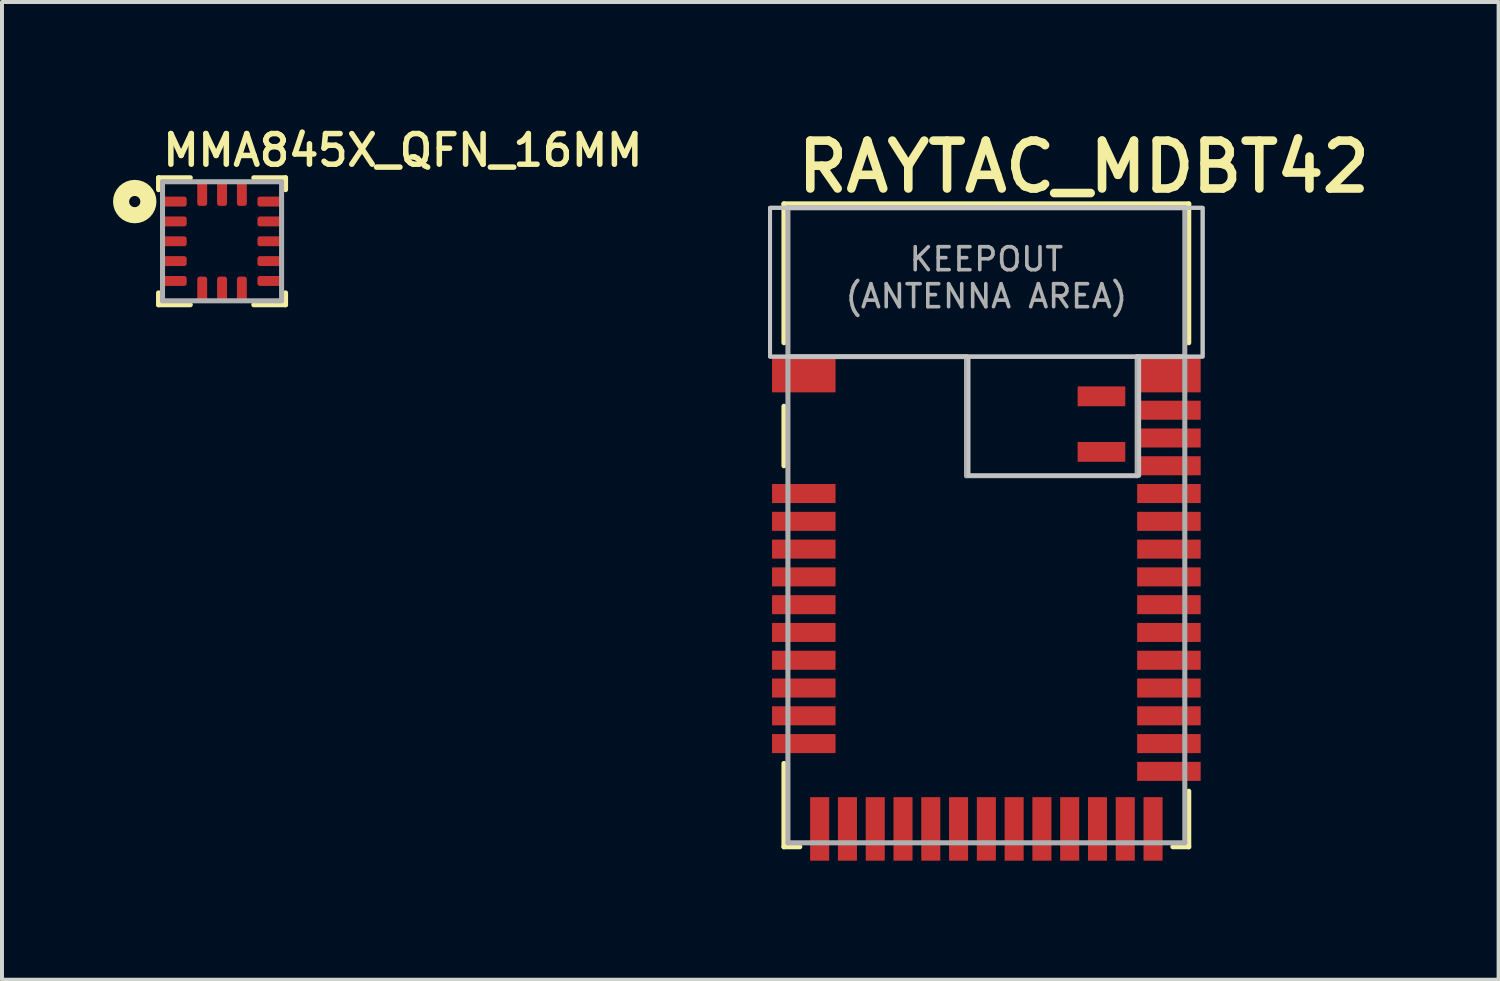
<source format=kicad_pcb>
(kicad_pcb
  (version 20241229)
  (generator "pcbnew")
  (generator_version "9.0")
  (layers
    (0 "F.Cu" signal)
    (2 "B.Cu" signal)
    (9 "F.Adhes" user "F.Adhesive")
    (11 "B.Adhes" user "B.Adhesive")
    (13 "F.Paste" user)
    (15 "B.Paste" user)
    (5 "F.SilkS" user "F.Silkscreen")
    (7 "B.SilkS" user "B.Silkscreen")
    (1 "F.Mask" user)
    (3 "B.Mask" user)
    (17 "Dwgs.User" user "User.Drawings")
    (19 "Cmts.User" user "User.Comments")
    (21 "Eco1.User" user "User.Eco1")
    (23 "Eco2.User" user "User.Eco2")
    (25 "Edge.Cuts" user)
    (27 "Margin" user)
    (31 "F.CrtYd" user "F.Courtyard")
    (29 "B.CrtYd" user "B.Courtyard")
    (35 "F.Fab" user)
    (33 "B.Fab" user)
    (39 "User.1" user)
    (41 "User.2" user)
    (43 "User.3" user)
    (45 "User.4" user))
  (footprint "MMA845X_QFN_16MM"
    (layer "F.Cu")
    (at 2.545 3.029)
    (property "Reference" "MMA845X_QFN_16MM" (at -1.565 -1.84 0) (layer "F.SilkS") (effects (font (size 0.772 0.772) (thickness 0.139)) (justify left bottom)))
    (attr through_hole)
    (fp_line (start -1.6 -1.6) (end -1.6 -1.3) (stroke (width 0.127) (type solid)) (layer "F.SilkS"))
    (fp_line (start -1.6 1.6) (end -1.6 1.3) (stroke (width 0.127) (type solid)) (layer "F.SilkS"))
    (fp_line (start -0.8 -1.6) (end -1.6 -1.6) (stroke (width 0.127) (type solid)) (layer "F.SilkS"))
    (fp_line (start -0.8 1.6) (end -1.6 1.6) (stroke (width 0.127) (type solid)) (layer "F.SilkS"))
    (fp_line (start 0.8 -1.6) (end 1.6 -1.6) (stroke (width 0.127) (type solid)) (layer "F.SilkS"))
    (fp_line (start 0.8 1.6) (end 1.6 1.6) (stroke (width 0.127) (type solid)) (layer "F.SilkS"))
    (fp_line (start 1.6 -1.6) (end 1.6 -1.4) (stroke (width 0.127) (type solid)) (layer "F.SilkS"))
    (fp_line (start 1.6 -1.4) (end 1.6 -1.3) (stroke (width 0.127) (type solid)) (layer "F.SilkS"))
    (fp_line (start 1.6 1.6) (end 1.6 1.3) (stroke (width 0.127) (type solid)) (layer "F.SilkS"))
    (fp_circle (center -2.2 -1) (end -2.059 -1) (stroke (width 0.406) (type solid)) (fill no) (layer "F.SilkS"))
    (fp_line (start -1.5 -1.5) (end 1.5 -1.5) (stroke (width 0.127) (type solid)) (layer "F.Fab"))
    (fp_line (start -1.5 1.5) (end -1.5 -1.5) (stroke (width 0.127) (type solid)) (layer "F.Fab"))
    (fp_line (start 1.5 -1.5) (end 1.5 1.5) (stroke (width 0.127) (type solid)) (layer "F.Fab"))
    (fp_line (start 1.5 1.5) (end -1.5 1.5) (stroke (width 0.127) (type solid)) (layer "F.Fab"))
    (pad "1" smd roundrect (at -1.216 -1) (size 0.65 0.25) (layers "F.Cu" "F.Mask" "F.Paste") (roundrect_rratio 0.25))
    (pad "2" smd roundrect (at -1.216 -0.5) (size 0.65 0.25) (layers "F.Cu" "F.Mask" "F.Paste") (roundrect_rratio 0.25))
    (pad "3" smd roundrect (at -1.216 0) (size 0.65 0.25) (layers "F.Cu" "F.Mask" "F.Paste") (roundrect_rratio 0.25))
    (pad "4" smd roundrect (at -1.216 0.5) (size 0.65 0.25) (layers "F.Cu" "F.Mask" "F.Paste") (roundrect_rratio 0.25))
    (pad "5" smd roundrect (at -1.216 1) (size 0.65 0.25) (layers "F.Cu" "F.Mask" "F.Paste") (roundrect_rratio 0.25))
    (pad "6" smd roundrect (at -0.5 1.216 90) (size 0.65 0.25) (layers "F.Cu" "F.Mask" "F.Paste") (roundrect_rratio 0.25))
    (pad "7" smd roundrect (at 0 1.216 90) (size 0.65 0.25) (layers "F.Cu" "F.Mask" "F.Paste") (roundrect_rratio 0.25))
    (pad "8" smd roundrect (at 0.5 1.216 90) (size 0.65 0.25) (layers "F.Cu" "F.Mask" "F.Paste") (roundrect_rratio 0.25))
    (pad "9" smd roundrect (at 1.216 1 180) (size 0.65 0.25) (layers "F.Cu" "F.Mask" "F.Paste") (roundrect_rratio 0.25))
    (pad "10" smd roundrect (at 1.216 0.5 180) (size 0.65 0.25) (layers "F.Cu" "F.Mask" "F.Paste") (roundrect_rratio 0.25))
    (pad "11" smd roundrect (at 1.216 0 180) (size 0.65 0.25) (layers "F.Cu" "F.Mask" "F.Paste") (roundrect_rratio 0.25))
    (pad "12" smd roundrect (at 1.216 -0.5 180) (size 0.65 0.25) (layers "F.Cu" "F.Mask" "F.Paste") (roundrect_rratio 0.25))
    (pad "13" smd roundrect (at 1.216 -1 180) (size 0.65 0.25) (layers "F.Cu" "F.Mask" "F.Paste") (roundrect_rratio 0.25))
    (pad "14" smd roundrect (at 0.5 -1.216 270) (size 0.65 0.25) (layers "F.Cu" "F.Mask" "F.Paste") (roundrect_rratio 0.25))
    (pad "15" smd roundrect (at 0 -1.216 270) (size 0.65 0.25) (layers "F.Cu" "F.Mask" "F.Paste") (roundrect_rratio 0.25))
    (pad "16" smd roundrect (at -0.5 -1.216 270) (size 0.65 0.25) (layers "F.Cu" "F.Mask" "F.Paste") (roundrect_rratio 0.25)))
  (footprint "RAYTAC_MDBT42"
    (layer "F.Cu")
    (at 21.803 10.186)
    (property "Reference" "RAYTAC_MDBT42" (at -4.866 -8.328 180) (layer "F.SilkS") (effects (font (size 1.206 1.206) (thickness 0.217)) (justify left bottom)))
    (attr through_hole)
    (fp_line (start -5.1 -8.1) (end 5.1 -8.1) (stroke (width 0.127) (type solid)) (layer "F.SilkS"))
    (fp_line (start -5.1 -4.6) (end -5.1 -8.1) (stroke (width 0.127) (type solid)) (layer "F.SilkS"))
    (fp_line (start -5.1 -3) (end -5.1 -1.5) (stroke (width 0.127) (type solid)) (layer "F.SilkS"))
    (fp_line (start -5.1 8.1) (end -5.1 6) (stroke (width 0.127) (type solid)) (layer "F.SilkS"))
    (fp_line (start -4.7 8.1) (end -5.1 8.1) (stroke (width 0.127) (type solid)) (layer "F.SilkS"))
    (fp_line (start 4.7 8.1) (end 5.1 8.1) (stroke (width 0.127) (type solid)) (layer "F.SilkS"))
    (fp_line (start 5.1 -8.1) (end 5.1 -4.6) (stroke (width 0.127) (type solid)) (layer "F.SilkS"))
    (fp_line (start 5.1 8.1) (end 5.1 6.7) (stroke (width 0.127) (type solid)) (layer "F.SilkS"))
    (fp_poly (pts (xy -5.45 -4.25) (xy 5.45 -4.25) (xy 5.45 -8) (xy -5.45 -8)) (stroke (width 0.1) (type solid)) (fill no) (layer "Dwgs.User"))
    (fp_poly (pts (xy -0.45 -1.25) (xy 3.85 -1.25) (xy 3.85 -4.25) (xy -0.45 -4.25)) (stroke (width 0.1) (type solid)) (fill no) (layer "Dwgs.User"))
    (fp_poly (pts (xy 5.45 -8) (xy -5.45 -8) (xy -5.45 -4.25) (xy 5.45 -4.25)) (stroke (width 0.1) (type solid)) (fill no) (layer "Dwgs.User"))
    (fp_line (start -5 -8) (end 5 -8) (stroke (width 0.127) (type solid)) (layer "F.Fab"))
    (fp_line (start -5 -4.25) (end -5 -8) (stroke (width 0.127) (type solid)) (layer "F.Fab"))
    (fp_line (start -5 -4.25) (end -0.5 -4.25) (stroke (width 0.127) (type solid)) (layer "F.Fab"))
    (fp_line (start -5 8) (end -5 -4.25) (stroke (width 0.127) (type solid)) (layer "F.Fab"))
    (fp_line (start -0.5 -4.25) (end -0.5 -1.25) (stroke (width 0.127) (type solid)) (layer "F.Fab"))
    (fp_line (start -0.5 -1.25) (end 3.8 -1.25) (stroke (width 0.127) (type solid)) (layer "F.Fab"))
    (fp_line (start 3.8 -4.25) (end 5 -4.25) (stroke (width 0.127) (type solid)) (layer "F.Fab"))
    (fp_line (start 3.8 -1.25) (end 3.8 -4.25) (stroke (width 0.127) (type solid)) (layer "F.Fab"))
    (fp_line (start 5 -8) (end 5 -4.25) (stroke (width 0.127) (type solid)) (layer "F.Fab"))
    (fp_line (start 5 -4.25) (end 5 8) (stroke (width 0.127) (type solid)) (layer "F.Fab"))
    (fp_line (start 5 8) (end -5 8) (stroke (width 0.127) (type solid)) (layer "F.Fab"))
    (fp_text user "KEEPOUT\n(ANTENNA AREA)" (at 0 -6.238 0) (layer "F.Fab") (effects (font (size 0.579 0.579) (thickness 0.091))))
    (pad "1" smd rect (at -4.6 -3.8) (size 1.6 0.9) (layers "F.Cu" "F.Mask" "F.Paste"))
    (pad "2" smd rect (at -4.6 -0.8) (size 1.6 0.48) (layers "F.Cu" "F.Mask" "F.Paste"))
    (pad "3" smd rect (at -4.6 -0.1) (size 1.6 0.48) (layers "F.Cu" "F.Mask" "F.Paste"))
    (pad "4" smd rect (at -4.6 0.6) (size 1.6 0.48) (layers "F.Cu" "F.Mask" "F.Paste"))
    (pad "5" smd rect (at -4.6 1.3) (size 1.6 0.48) (layers "F.Cu" "F.Mask" "F.Paste"))
    (pad "6" smd rect (at -4.6 2) (size 1.6 0.48) (layers "F.Cu" "F.Mask" "F.Paste"))
    (pad "7" smd rect (at -4.6 2.7) (size 1.6 0.48) (layers "F.Cu" "F.Mask" "F.Paste"))
    (pad "8" smd rect (at -4.6 3.4) (size 1.6 0.48) (layers "F.Cu" "F.Mask" "F.Paste"))
    (pad "9" smd rect (at -4.6 4.1) (size 1.6 0.48) (layers "F.Cu" "F.Mask" "F.Paste"))
    (pad "10" smd rect (at -4.6 4.8) (size 1.6 0.48) (layers "F.Cu" "F.Mask" "F.Paste"))
    (pad "11" smd rect (at -4.6 5.5) (size 1.6 0.48) (layers "F.Cu" "F.Mask" "F.Paste"))
    (pad "12" smd rect (at -4.2 7.65 90) (size 1.6 0.48) (layers "F.Cu" "F.Mask" "F.Paste"))
    (pad "13" smd rect (at -3.5 7.65 90) (size 1.6 0.48) (layers "F.Cu" "F.Mask" "F.Paste"))
    (pad "14" smd rect (at -2.8 7.65 90) (size 1.6 0.48) (layers "F.Cu" "F.Mask" "F.Paste"))
    (pad "15" smd rect (at -2.1 7.65 90) (size 1.6 0.48) (layers "F.Cu" "F.Mask" "F.Paste"))
    (pad "16" smd rect (at -1.4 7.65 90) (size 1.6 0.48) (layers "F.Cu" "F.Mask" "F.Paste"))
    (pad "17" smd rect (at -0.7 7.65 90) (size 1.6 0.48) (layers "F.Cu" "F.Mask" "F.Paste"))
    (pad "18" smd rect (at 0 7.65 90) (size 1.6 0.48) (layers "F.Cu" "F.Mask" "F.Paste"))
    (pad "19" smd rect (at 0.7 7.65 90) (size 1.6 0.48) (layers "F.Cu" "F.Mask" "F.Paste"))
    (pad "20" smd rect (at 1.4 7.65 90) (size 1.6 0.48) (layers "F.Cu" "F.Mask" "F.Paste"))
    (pad "21" smd rect (at 2.1 7.65 90) (size 1.6 0.48) (layers "F.Cu" "F.Mask" "F.Paste"))
    (pad "22" smd rect (at 2.8 7.65 90) (size 1.6 0.48) (layers "F.Cu" "F.Mask" "F.Paste"))
    (pad "23" smd rect (at 3.5 7.65 90) (size 1.6 0.48) (layers "F.Cu" "F.Mask" "F.Paste"))
    (pad "24" smd rect (at 4.2 7.65 90) (size 1.6 0.48) (layers "F.Cu" "F.Mask" "F.Paste"))
    (pad "25" smd rect (at 4.6 6.2) (size 1.6 0.48) (layers "F.Cu" "F.Mask" "F.Paste"))
    (pad "26" smd rect (at 4.6 5.5) (size 1.6 0.48) (layers "F.Cu" "F.Mask" "F.Paste"))
    (pad "27" smd rect (at 4.6 4.8) (size 1.6 0.48) (layers "F.Cu" "F.Mask" "F.Paste"))
    (pad "28" smd rect (at 4.6 4.1) (size 1.6 0.48) (layers "F.Cu" "F.Mask" "F.Paste"))
    (pad "29" smd rect (at 4.6 3.4) (size 1.6 0.48) (layers "F.Cu" "F.Mask" "F.Paste"))
    (pad "30" smd rect (at 4.6 2.7) (size 1.6 0.48) (layers "F.Cu" "F.Mask" "F.Paste"))
    (pad "31" smd rect (at 4.6 2) (size 1.6 0.48) (layers "F.Cu" "F.Mask" "F.Paste"))
    (pad "32" smd rect (at 4.6 1.3) (size 1.6 0.48) (layers "F.Cu" "F.Mask" "F.Paste"))
    (pad "33" smd rect (at 4.6 0.6) (size 1.6 0.48) (layers "F.Cu" "F.Mask" "F.Paste"))
    (pad "34" smd rect (at 4.6 -0.1) (size 1.6 0.48) (layers "F.Cu" "F.Mask" "F.Paste"))
    (pad "35" smd rect (at 4.6 -0.8) (size 1.6 0.48) (layers "F.Cu" "F.Mask" "F.Paste"))
    (pad "36" smd rect (at 4.6 -1.5) (size 1.6 0.48) (layers "F.Cu" "F.Mask" "F.Paste"))
    (pad "37" smd rect (at 4.6 -2.2) (size 1.6 0.48) (layers "F.Cu" "F.Mask" "F.Paste"))
    (pad "38" smd rect (at 4.6 -2.9) (size 1.6 0.48) (layers "F.Cu" "F.Mask" "F.Paste"))
    (pad "39" smd rect (at 4.6 -3.8) (size 1.6 0.9) (layers "F.Cu" "F.Mask" "F.Paste"))
    (pad "40" smd rect (at 2.9 -3.25) (size 1.2 0.5) (layers "F.Cu" "F.Mask" "F.Paste"))
    (pad "41" smd rect (at 2.9 -1.85) (size 1.2 0.5) (layers "F.Cu" "F.Mask" "F.Paste")))
  (gr_rect
    (start -3 -3)
    (end 34.71 21.636)
    (stroke (width 0.1) (type default))
    (fill no)
    (layer "Edge.Cuts")))
</source>
